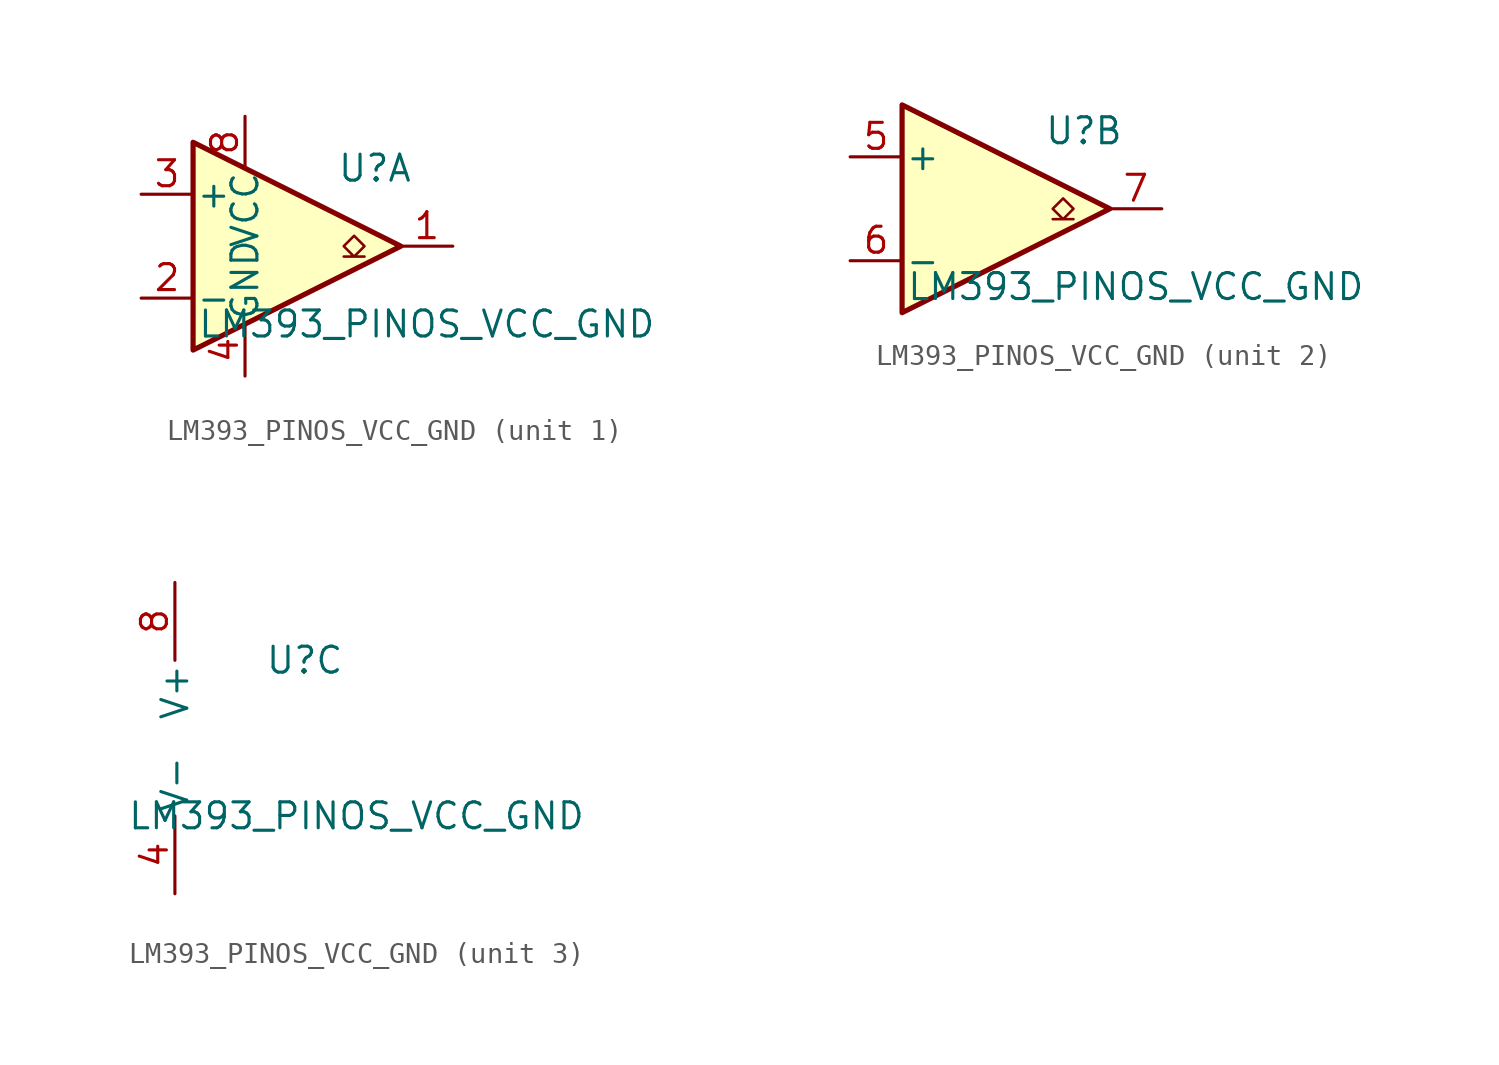
<source format=kicad_sym>
(kicad_symbol_lib
  (version 20241209)
  (generator "kicad_symbol_editor")
  (generator_version "9.0")
  (symbol "LM393_PINOS_VCC_GND"
    (pin_names
      (offset 0.127))
    (property "Reference" "U"
      (at 3.81 3.81 0)
      (effects (font (size 1.27 1.27))))
    (property "Value" "LM393_PINOS_VCC_GND"
      (at 6.35 -3.81 0)
      (effects (font (size 1.27 1.27))))
    (property "ki_locked" ""
      (at 0 0 0)
      (effects (font (size 1.27 1.27))))
    (symbol "LM393_PINOS_VCC_GND_1_1"
      (polyline (pts (xy -5.08 5.08) (xy 5.08 0) (xy -5.08 -5.08) (xy -5.08 5.08)) (stroke (width 0.254) (type default)) (fill (type background)))
      (polyline (pts (xy 3.302 -0.508) (xy 2.794 -0.508) (xy 3.302 0) (xy 2.794 0.508) (xy 2.286 0) (xy 2.794 -0.508) (xy 2.286 -0.508)) (stroke (width 0.127) (type default)) (fill (type none)))
      (pin input line (at -7.62 2.54 0) (length 2.54) (name "+" (effects (font (size 1.27 1.27)))) (number "3" (effects (font (size 1.27 1.27)))))
      (pin input line (at -7.62 -2.54 0) (length 2.54) (name "-" (effects (font (size 1.27 1.27)))) (number "2" (effects (font (size 1.27 1.27)))))
      (pin input line (at -2.54 6.35 270) (length 2.54) (name "VCC" (effects (font (size 1.27 1.27)))) (number "8" (effects (font (size 1.27 1.27)))))
      (pin input line (at -2.54 -6.35 90) (length 2.54) (name "GND" (effects (font (size 1.27 1.27)))) (number "4" (effects (font (size 1.27 1.27)))))
      (pin open_collector line (at 7.62 0 180) (length 2.54) (name "~" (effects (font (size 1.27 1.27)))) (number "1" (effects (font (size 1.27 1.27))))))
    (symbol "LM393_PINOS_VCC_GND_2_1"
      (polyline (pts (xy -5.08 5.08) (xy 5.08 0) (xy -5.08 -5.08) (xy -5.08 5.08)) (stroke (width 0.254) (type default)) (fill (type background)))
      (polyline (pts (xy 3.302 -0.508) (xy 2.794 -0.508) (xy 3.302 0) (xy 2.794 0.508) (xy 2.286 0) (xy 2.794 -0.508) (xy 2.286 -0.508)) (stroke (width 0.127) (type default)) (fill (type none)))
      (pin input line (at -7.62 2.54 0) (length 2.54) (name "+" (effects (font (size 1.27 1.27)))) (number "5" (effects (font (size 1.27 1.27)))))
      (pin input line (at -7.62 -2.54 0) (length 2.54) (name "-" (effects (font (size 1.27 1.27)))) (number "6" (effects (font (size 1.27 1.27)))))
      (pin open_collector line (at 7.62 0 180) (length 2.54) (name "~" (effects (font (size 1.27 1.27)))) (number "7" (effects (font (size 1.27 1.27))))))
    (symbol "LM393_PINOS_VCC_GND_3_1"
      (pin power_in line (at -2.54 7.62 270) (length 3.81) (name "V+" (effects (font (size 1.27 1.27)))) (number "8" (effects (font (size 1.27 1.27)))))
      (pin power_in line (at -2.54 -7.62 90) (length 3.81) (name "V-" (effects (font (size 1.27 1.27)))) (number "4" (effects (font (size 1.27 1.27))))))))
</source>
